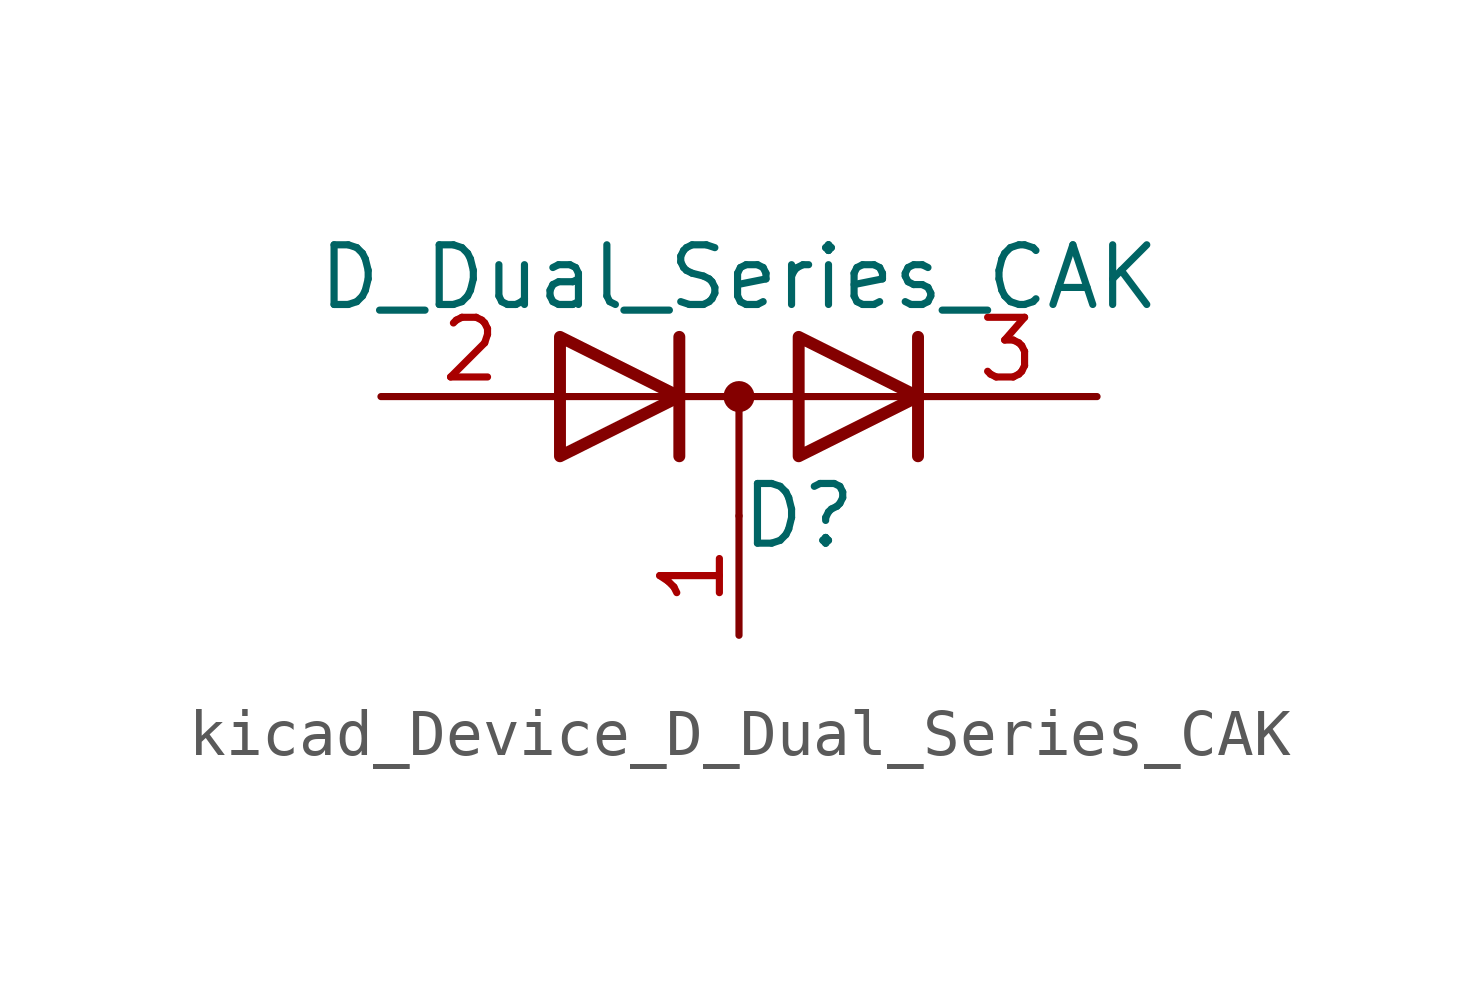
<source format=kicad_sym>
(kicad_symbol_lib
  (version 20220914)
  (generator kicad_symbol_editor)
  (symbol "kicad_Device_D_Dual_Series_CAK"
    (pin_names
      (offset 0.762) hide)
    (property "Reference" "D"
      (at 1.27 -2.54 0)
      (effects (font (size 1.27 1.27))))
    (property "Value" "D_Dual_Series_CAK"
      (at 0 2.54 0)
      (effects (font (size 1.27 1.27))))
    (symbol "kicad_Device_D_Dual_Series_CAK_0_1"
      (polyline (pts (xy 0 0) (xy 0 -2.54)) (stroke (width 0) (type default)) (fill (type none)))
      (polyline (pts (xy 3.81 0) (xy -3.81 0)) (stroke (width 0) (type default)) (fill (type none)))
      (polyline (pts (xy -1.27 -1.27) (xy -1.27 1.27) (xy -1.27 1.27)) (stroke (width 0.254) (type default)) (fill (type none)))
      (polyline (pts (xy 3.81 1.27) (xy 3.81 -1.27) (xy 3.81 -1.27)) (stroke (width 0.254) (type default)) (fill (type none)))
      (polyline (pts (xy -3.81 1.27) (xy -1.27 0) (xy -3.81 -1.27) (xy -3.81 1.27) (xy -3.81 1.27) (xy -3.81 1.27)) (stroke (width 0.254) (type default)) (fill (type none)))
      (polyline (pts (xy 1.27 1.27) (xy 3.81 0) (xy 1.27 -1.27) (xy 1.27 1.27) (xy 1.27 1.27) (xy 1.27 1.27)) (stroke (width 0.254) (type default)) (fill (type none)))
      (circle (center 0 0) (radius 0.254) (stroke (width 0) (type default)) (fill (type outline)))
      (pin passive line (at 0 -5.08 90) (length 2.54) (name "common" (effects (font (size 1.27 1.27)))) (number "1" (effects (font (size 1.27 1.27)))))
      (pin passive line (at -7.62 0 0) (length 3.81) (name "A" (effects (font (size 1.27 1.27)))) (number "2" (effects (font (size 1.27 1.27)))))
      (pin passive line (at 7.62 0 180) (length 3.81) (name "K" (effects (font (size 1.27 1.27)))) (number "3" (effects (font (size 1.27 1.27))))))))
</source>
